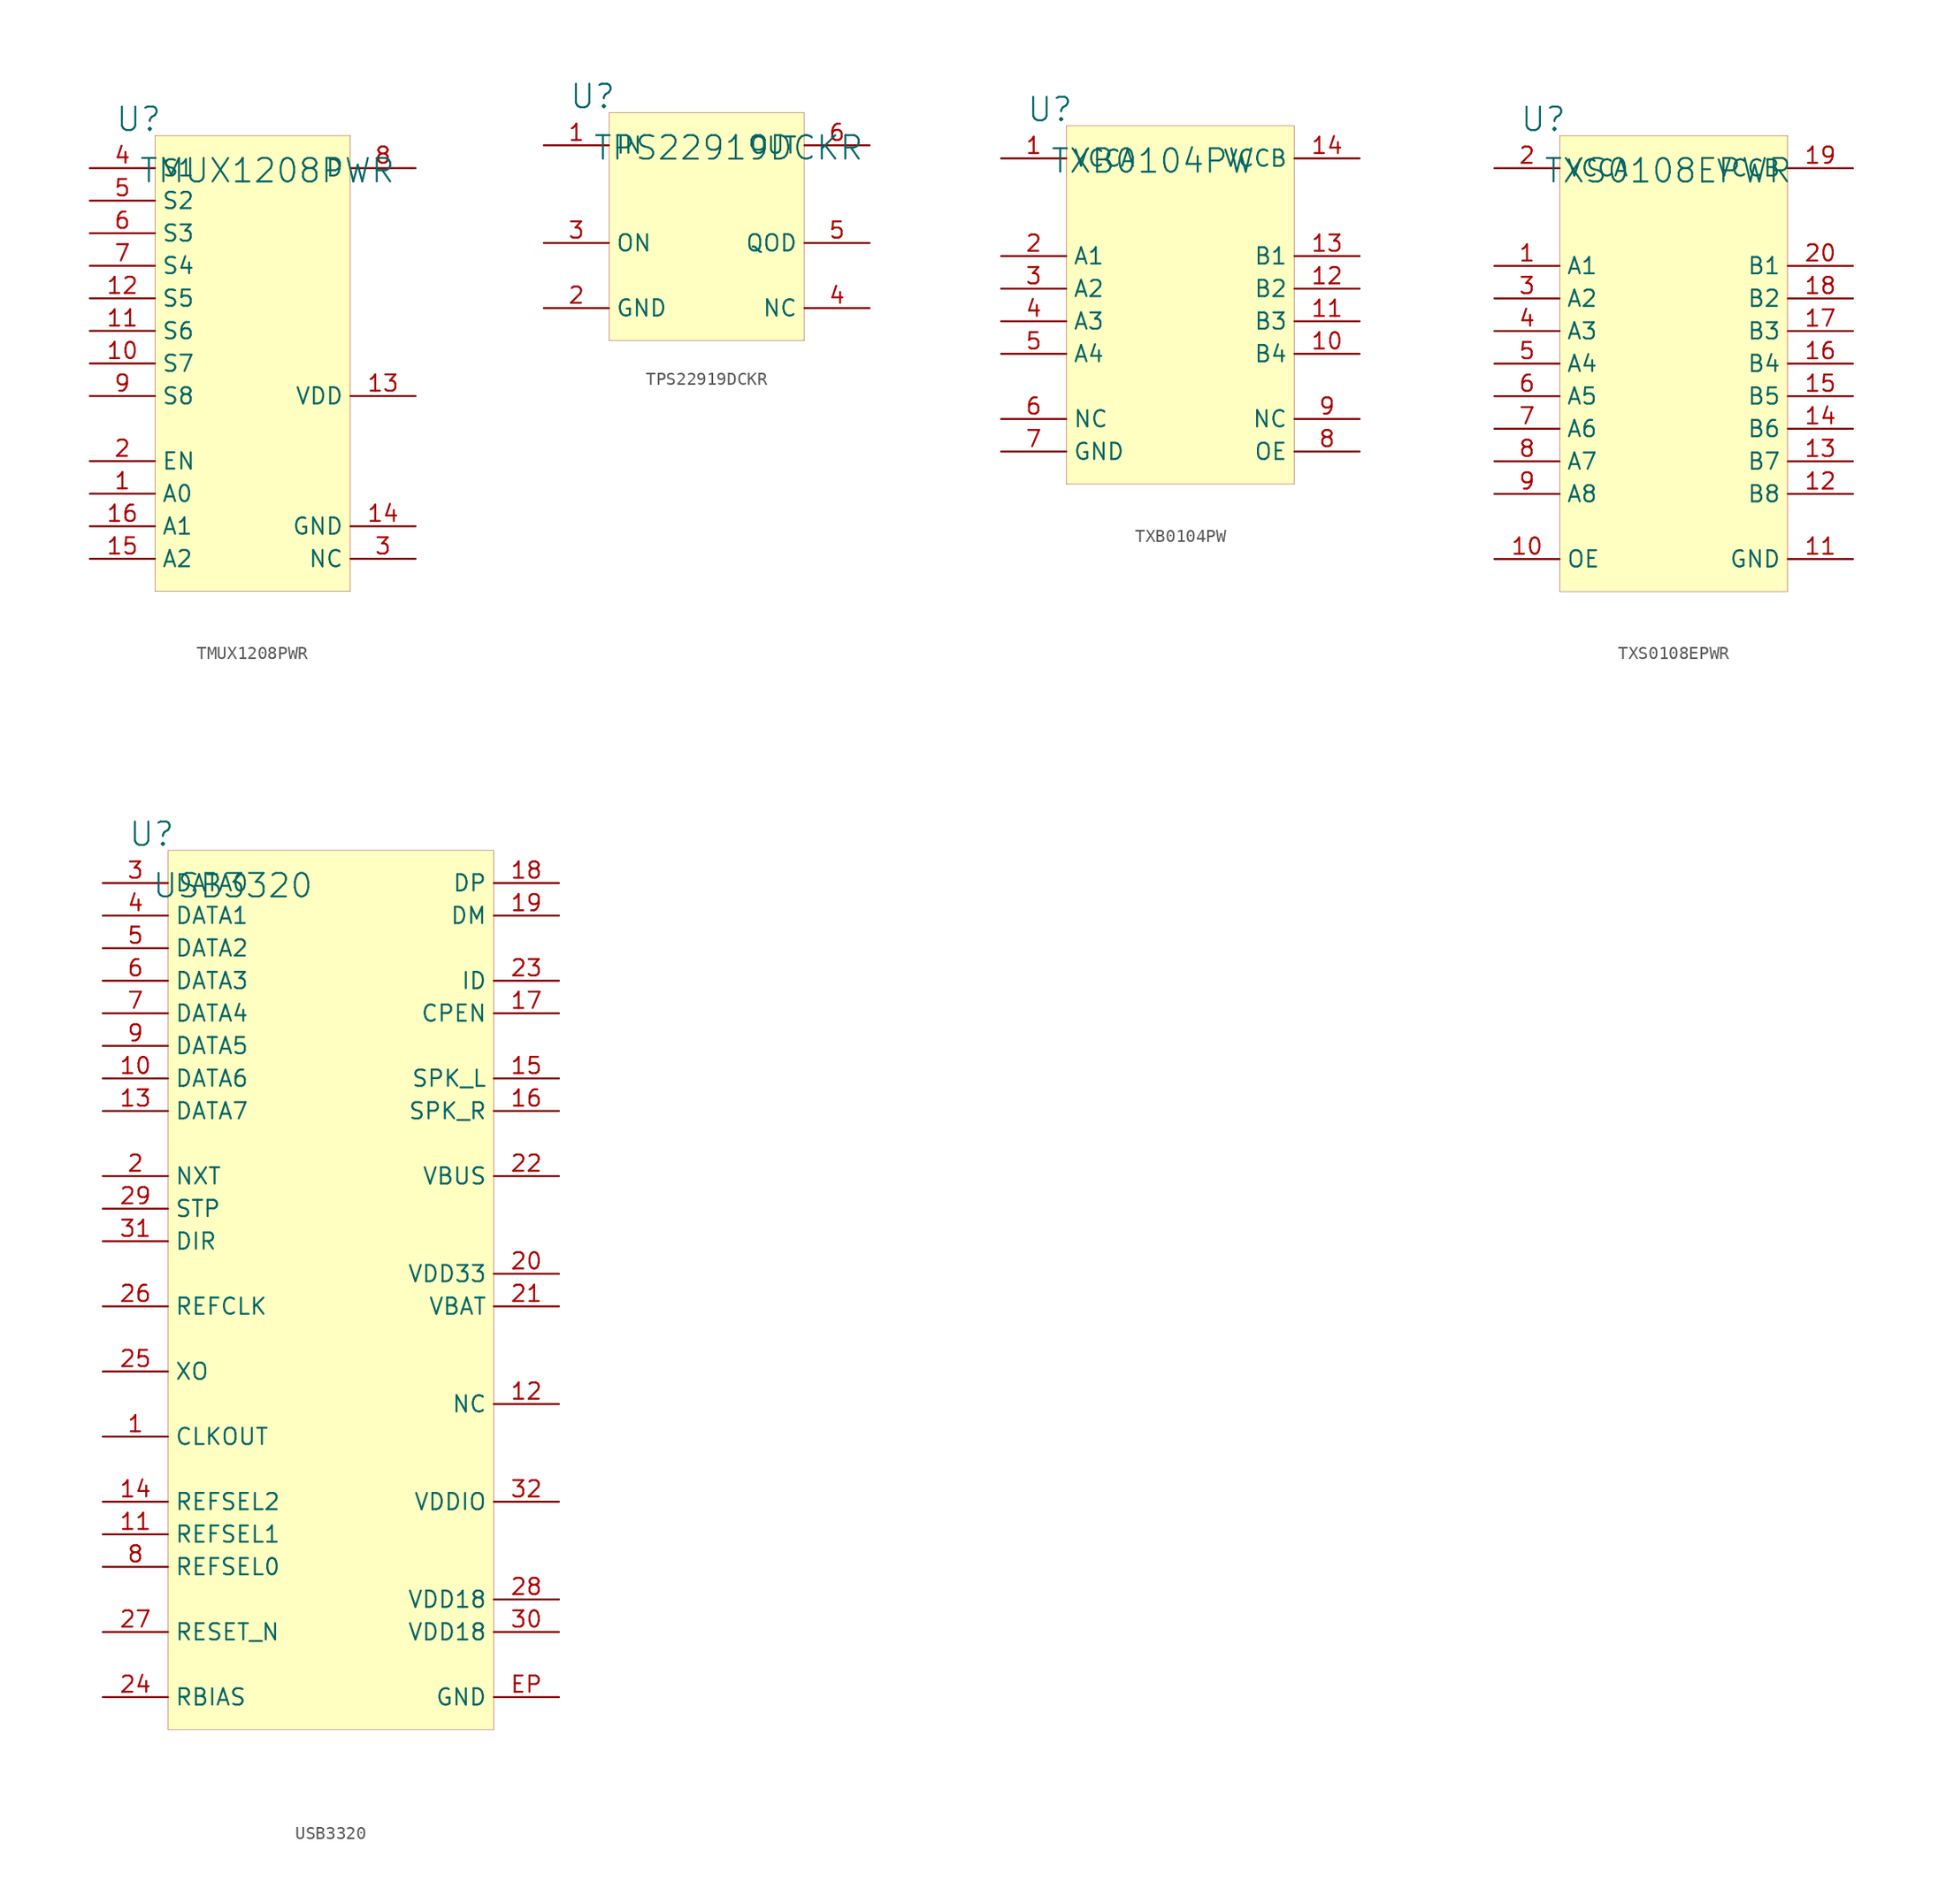
<source format=kicad_sym>
(kicad_symbol_lib
  (version 20231120)
  (generator "kicad_symbol_editor")
  (generator_version "8.0")
  (symbol "TMUX1208PWR"
    (property "Reference" "U"
      (at -1.27 1.27 0)
      (effects (font (size 1.829 1.829))))
    (property "Value" "TMUX1208PWR"
      (at -1.27 -3.81 0)
      (effects (font (size 1.829 1.829)) (justify left bottom)))
    (symbol "TMUX1208PWR_1_0"
      (rectangle (start 15.24 0) (end 0 -35.56) (stroke (width 0.025) (type solid) (color 128 0 0 1)) (fill (type background)))
      (pin passive line (at -5.08 -27.94 0) (length 5.08) (name "A0" (effects (font (size 1.27 1.27)))) (number "1" (effects (font (size 1.27 1.27)))))
      (pin passive line (at -5.08 -17.78 0) (length 5.08) (name "S7" (effects (font (size 1.27 1.27)))) (number "10" (effects (font (size 1.27 1.27)))))
      (pin passive line (at -5.08 -15.24 0) (length 5.08) (name "S6" (effects (font (size 1.27 1.27)))) (number "11" (effects (font (size 1.27 1.27)))))
      (pin passive line (at -5.08 -12.7 0) (length 5.08) (name "S5" (effects (font (size 1.27 1.27)))) (number "12" (effects (font (size 1.27 1.27)))))
      (pin passive line (at 20.32 -20.32 180) (length 5.08) (name "VDD" (effects (font (size 1.27 1.27)))) (number "13" (effects (font (size 1.27 1.27)))))
      (pin passive line (at 20.32 -30.48 180) (length 5.08) (name "GND" (effects (font (size 1.27 1.27)))) (number "14" (effects (font (size 1.27 1.27)))))
      (pin passive line (at -5.08 -33.02 0) (length 5.08) (name "A2" (effects (font (size 1.27 1.27)))) (number "15" (effects (font (size 1.27 1.27)))))
      (pin passive line (at -5.08 -30.48 0) (length 5.08) (name "A1" (effects (font (size 1.27 1.27)))) (number "16" (effects (font (size 1.27 1.27)))))
      (pin passive line (at -5.08 -25.4 0) (length 5.08) (name "EN" (effects (font (size 1.27 1.27)))) (number "2" (effects (font (size 1.27 1.27)))))
      (pin passive line (at 20.32 -33.02 180) (length 5.08) (name "NC" (effects (font (size 1.27 1.27)))) (number "3" (effects (font (size 1.27 1.27)))))
      (pin passive line (at -5.08 -2.54 0) (length 5.08) (name "S1" (effects (font (size 1.27 1.27)))) (number "4" (effects (font (size 1.27 1.27)))))
      (pin passive line (at -5.08 -5.08 0) (length 5.08) (name "S2" (effects (font (size 1.27 1.27)))) (number "5" (effects (font (size 1.27 1.27)))))
      (pin passive line (at -5.08 -7.62 0) (length 5.08) (name "S3" (effects (font (size 1.27 1.27)))) (number "6" (effects (font (size 1.27 1.27)))))
      (pin passive line (at -5.08 -10.16 0) (length 5.08) (name "S4" (effects (font (size 1.27 1.27)))) (number "7" (effects (font (size 1.27 1.27)))))
      (pin passive line (at 20.32 -2.54 180) (length 5.08) (name "D" (effects (font (size 1.27 1.27)))) (number "8" (effects (font (size 1.27 1.27)))))
      (pin passive line (at -5.08 -20.32 0) (length 5.08) (name "S8" (effects (font (size 1.27 1.27)))) (number "9" (effects (font (size 1.27 1.27)))))))
  (symbol "TPS22919DCKR"
    (property "Reference" "U"
      (at -1.27 1.27 0)
      (effects (font (size 1.829 1.829))))
    (property "Value" "TPS22919DCKR"
      (at -1.27 -3.81 0)
      (effects (font (size 1.829 1.829)) (justify left bottom)))
    (symbol "TPS22919DCKR_1_0"
      (rectangle (start 15.24 0) (end 0 -17.78) (stroke (width 0.025) (type solid) (color 128 0 0 1)) (fill (type background)))
      (pin passive line (at -5.08 -2.54 0) (length 5.08) (name "IN" (effects (font (size 1.27 1.27)))) (number "1" (effects (font (size 1.27 1.27)))))
      (pin passive line (at -5.08 -15.24 0) (length 5.08) (name "GND" (effects (font (size 1.27 1.27)))) (number "2" (effects (font (size 1.27 1.27)))))
      (pin passive line (at -5.08 -10.16 0) (length 5.08) (name "ON" (effects (font (size 1.27 1.27)))) (number "3" (effects (font (size 1.27 1.27)))))
      (pin passive line (at 20.32 -15.24 180) (length 5.08) (name "NC" (effects (font (size 1.27 1.27)))) (number "4" (effects (font (size 1.27 1.27)))))
      (pin passive line (at 20.32 -10.16 180) (length 5.08) (name "QOD" (effects (font (size 1.27 1.27)))) (number "5" (effects (font (size 1.27 1.27)))))
      (pin passive line (at 20.32 -2.54 180) (length 5.08) (name "OUT" (effects (font (size 1.27 1.27)))) (number "6" (effects (font (size 1.27 1.27)))))))
  (symbol "TXB0104PW"
    (property "Reference" "U"
      (at -1.27 1.27 0)
      (effects (font (size 1.829 1.829))))
    (property "Value" "TXB0104PW"
      (at -1.27 -3.81 0)
      (effects (font (size 1.829 1.829)) (justify left bottom)))
    (symbol "TXB0104PW_1_0"
      (rectangle (start 17.78 0) (end 0 -27.94) (stroke (width 0.025) (type solid) (color 128 0 0 1)) (fill (type background)))
      (pin passive line (at -5.08 -2.54 0) (length 5.08) (name "VCCA" (effects (font (size 1.27 1.27)))) (number "1" (effects (font (size 1.27 1.27)))))
      (pin passive line (at 22.86 -17.78 180) (length 5.08) (name "B4" (effects (font (size 1.27 1.27)))) (number "10" (effects (font (size 1.27 1.27)))))
      (pin passive line (at 22.86 -15.24 180) (length 5.08) (name "B3" (effects (font (size 1.27 1.27)))) (number "11" (effects (font (size 1.27 1.27)))))
      (pin passive line (at 22.86 -12.7 180) (length 5.08) (name "B2" (effects (font (size 1.27 1.27)))) (number "12" (effects (font (size 1.27 1.27)))))
      (pin passive line (at 22.86 -10.16 180) (length 5.08) (name "B1" (effects (font (size 1.27 1.27)))) (number "13" (effects (font (size 1.27 1.27)))))
      (pin passive line (at 22.86 -2.54 180) (length 5.08) (name "VCCB" (effects (font (size 1.27 1.27)))) (number "14" (effects (font (size 1.27 1.27)))))
      (pin passive line (at -5.08 -10.16 0) (length 5.08) (name "A1" (effects (font (size 1.27 1.27)))) (number "2" (effects (font (size 1.27 1.27)))))
      (pin passive line (at -5.08 -12.7 0) (length 5.08) (name "A2" (effects (font (size 1.27 1.27)))) (number "3" (effects (font (size 1.27 1.27)))))
      (pin passive line (at -5.08 -15.24 0) (length 5.08) (name "A3" (effects (font (size 1.27 1.27)))) (number "4" (effects (font (size 1.27 1.27)))))
      (pin passive line (at -5.08 -17.78 0) (length 5.08) (name "A4" (effects (font (size 1.27 1.27)))) (number "5" (effects (font (size 1.27 1.27)))))
      (pin passive line (at -5.08 -22.86 0) (length 5.08) (name "NC" (effects (font (size 1.27 1.27)))) (number "6" (effects (font (size 1.27 1.27)))))
      (pin passive line (at -5.08 -25.4 0) (length 5.08) (name "GND" (effects (font (size 1.27 1.27)))) (number "7" (effects (font (size 1.27 1.27)))))
      (pin passive line (at 22.86 -25.4 180) (length 5.08) (name "OE" (effects (font (size 1.27 1.27)))) (number "8" (effects (font (size 1.27 1.27)))))
      (pin passive line (at 22.86 -22.86 180) (length 5.08) (name "NC" (effects (font (size 1.27 1.27)))) (number "9" (effects (font (size 1.27 1.27)))))))
  (symbol "TXS0108EPWR"
    (property "Reference" "U"
      (at -1.27 1.27 0)
      (effects (font (size 1.829 1.829))))
    (property "Value" "TXS0108EPWR"
      (at -1.27 -3.81 0)
      (effects (font (size 1.829 1.829)) (justify left bottom)))
    (symbol "TXS0108EPWR_1_0"
      (rectangle (start 17.78 0) (end 0 -35.56) (stroke (width 0.025) (type solid) (color 128 0 0 1)) (fill (type background)))
      (pin passive line (at -5.08 -10.16 0) (length 5.08) (name "A1" (effects (font (size 1.27 1.27)))) (number "1" (effects (font (size 1.27 1.27)))))
      (pin passive line (at -5.08 -33.02 0) (length 5.08) (name "OE" (effects (font (size 1.27 1.27)))) (number "10" (effects (font (size 1.27 1.27)))))
      (pin passive line (at 22.86 -33.02 180) (length 5.08) (name "GND" (effects (font (size 1.27 1.27)))) (number "11" (effects (font (size 1.27 1.27)))))
      (pin passive line (at 22.86 -27.94 180) (length 5.08) (name "B8" (effects (font (size 1.27 1.27)))) (number "12" (effects (font (size 1.27 1.27)))))
      (pin passive line (at 22.86 -25.4 180) (length 5.08) (name "B7" (effects (font (size 1.27 1.27)))) (number "13" (effects (font (size 1.27 1.27)))))
      (pin passive line (at 22.86 -22.86 180) (length 5.08) (name "B6" (effects (font (size 1.27 1.27)))) (number "14" (effects (font (size 1.27 1.27)))))
      (pin passive line (at 22.86 -20.32 180) (length 5.08) (name "B5" (effects (font (size 1.27 1.27)))) (number "15" (effects (font (size 1.27 1.27)))))
      (pin passive line (at 22.86 -17.78 180) (length 5.08) (name "B4" (effects (font (size 1.27 1.27)))) (number "16" (effects (font (size 1.27 1.27)))))
      (pin passive line (at 22.86 -15.24 180) (length 5.08) (name "B3" (effects (font (size 1.27 1.27)))) (number "17" (effects (font (size 1.27 1.27)))))
      (pin passive line (at 22.86 -12.7 180) (length 5.08) (name "B2" (effects (font (size 1.27 1.27)))) (number "18" (effects (font (size 1.27 1.27)))))
      (pin passive line (at 22.86 -2.54 180) (length 5.08) (name "VCCB" (effects (font (size 1.27 1.27)))) (number "19" (effects (font (size 1.27 1.27)))))
      (pin passive line (at -5.08 -2.54 0) (length 5.08) (name "VCCA" (effects (font (size 1.27 1.27)))) (number "2" (effects (font (size 1.27 1.27)))))
      (pin passive line (at 22.86 -10.16 180) (length 5.08) (name "B1" (effects (font (size 1.27 1.27)))) (number "20" (effects (font (size 1.27 1.27)))))
      (pin passive line (at -5.08 -12.7 0) (length 5.08) (name "A2" (effects (font (size 1.27 1.27)))) (number "3" (effects (font (size 1.27 1.27)))))
      (pin passive line (at -5.08 -15.24 0) (length 5.08) (name "A3" (effects (font (size 1.27 1.27)))) (number "4" (effects (font (size 1.27 1.27)))))
      (pin passive line (at -5.08 -17.78 0) (length 5.08) (name "A4" (effects (font (size 1.27 1.27)))) (number "5" (effects (font (size 1.27 1.27)))))
      (pin passive line (at -5.08 -20.32 0) (length 5.08) (name "A5" (effects (font (size 1.27 1.27)))) (number "6" (effects (font (size 1.27 1.27)))))
      (pin passive line (at -5.08 -22.86 0) (length 5.08) (name "A6" (effects (font (size 1.27 1.27)))) (number "7" (effects (font (size 1.27 1.27)))))
      (pin passive line (at -5.08 -25.4 0) (length 5.08) (name "A7" (effects (font (size 1.27 1.27)))) (number "8" (effects (font (size 1.27 1.27)))))
      (pin passive line (at -5.08 -27.94 0) (length 5.08) (name "A8" (effects (font (size 1.27 1.27)))) (number "9" (effects (font (size 1.27 1.27)))))))
  (symbol "USB3320"
    (property "Reference" "U"
      (at -1.27 1.27 0)
      (effects (font (size 1.829 1.829))))
    (property "Value" "USB3320"
      (at -1.27 -3.81 0)
      (effects (font (size 1.829 1.829)) (justify left bottom)))
    (symbol "USB3320_1_0"
      (rectangle (start 25.4 0) (end 0 -68.58) (stroke (width 0.025) (type solid) (color 128 0 0 1)) (fill (type background)))
      (pin passive line (at -5.08 -45.72 0) (length 5.08) (name "CLKOUT" (effects (font (size 1.27 1.27)))) (number "1" (effects (font (size 1.27 1.27)))))
      (pin passive line (at -5.08 -17.78 0) (length 5.08) (name "DATA6" (effects (font (size 1.27 1.27)))) (number "10" (effects (font (size 1.27 1.27)))))
      (pin passive line (at -5.08 -53.34 0) (length 5.08) (name "REFSEL1" (effects (font (size 1.27 1.27)))) (number "11" (effects (font (size 1.27 1.27)))))
      (pin passive line (at 30.48 -43.18 180) (length 5.08) (name "NC" (effects (font (size 1.27 1.27)))) (number "12" (effects (font (size 1.27 1.27)))))
      (pin passive line (at -5.08 -20.32 0) (length 5.08) (name "DATA7" (effects (font (size 1.27 1.27)))) (number "13" (effects (font (size 1.27 1.27)))))
      (pin passive line (at -5.08 -50.8 0) (length 5.08) (name "REFSEL2" (effects (font (size 1.27 1.27)))) (number "14" (effects (font (size 1.27 1.27)))))
      (pin passive line (at 30.48 -17.78 180) (length 5.08) (name "SPK_L" (effects (font (size 1.27 1.27)))) (number "15" (effects (font (size 1.27 1.27)))))
      (pin passive line (at 30.48 -20.32 180) (length 5.08) (name "SPK_R" (effects (font (size 1.27 1.27)))) (number "16" (effects (font (size 1.27 1.27)))))
      (pin passive line (at 30.48 -12.7 180) (length 5.08) (name "CPEN" (effects (font (size 1.27 1.27)))) (number "17" (effects (font (size 1.27 1.27)))))
      (pin passive line (at 30.48 -2.54 180) (length 5.08) (name "DP" (effects (font (size 1.27 1.27)))) (number "18" (effects (font (size 1.27 1.27)))))
      (pin passive line (at 30.48 -5.08 180) (length 5.08) (name "DM" (effects (font (size 1.27 1.27)))) (number "19" (effects (font (size 1.27 1.27)))))
      (pin passive line (at -5.08 -25.4 0) (length 5.08) (name "NXT" (effects (font (size 1.27 1.27)))) (number "2" (effects (font (size 1.27 1.27)))))
      (pin passive line (at 30.48 -33.02 180) (length 5.08) (name "VDD33" (effects (font (size 1.27 1.27)))) (number "20" (effects (font (size 1.27 1.27)))))
      (pin passive line (at 30.48 -35.56 180) (length 5.08) (name "VBAT" (effects (font (size 1.27 1.27)))) (number "21" (effects (font (size 1.27 1.27)))))
      (pin passive line (at 30.48 -25.4 180) (length 5.08) (name "VBUS" (effects (font (size 1.27 1.27)))) (number "22" (effects (font (size 1.27 1.27)))))
      (pin passive line (at 30.48 -10.16 180) (length 5.08) (name "ID" (effects (font (size 1.27 1.27)))) (number "23" (effects (font (size 1.27 1.27)))))
      (pin passive line (at -5.08 -66.04 0) (length 5.08) (name "RBIAS" (effects (font (size 1.27 1.27)))) (number "24" (effects (font (size 1.27 1.27)))))
      (pin passive line (at -5.08 -40.64 0) (length 5.08) (name "XO" (effects (font (size 1.27 1.27)))) (number "25" (effects (font (size 1.27 1.27)))))
      (pin passive line (at -5.08 -35.56 0) (length 5.08) (name "REFCLK" (effects (font (size 1.27 1.27)))) (number "26" (effects (font (size 1.27 1.27)))))
      (pin passive line (at -5.08 -60.96 0) (length 5.08) (name "RESET_N" (effects (font (size 1.27 1.27)))) (number "27" (effects (font (size 1.27 1.27)))))
      (pin passive line (at 30.48 -58.42 180) (length 5.08) (name "VDD18" (effects (font (size 1.27 1.27)))) (number "28" (effects (font (size 1.27 1.27)))))
      (pin passive line (at -5.08 -27.94 0) (length 5.08) (name "STP" (effects (font (size 1.27 1.27)))) (number "29" (effects (font (size 1.27 1.27)))))
      (pin passive line (at -5.08 -2.54 0) (length 5.08) (name "DATA0" (effects (font (size 1.27 1.27)))) (number "3" (effects (font (size 1.27 1.27)))))
      (pin passive line (at 30.48 -60.96 180) (length 5.08) (name "VDD18" (effects (font (size 1.27 1.27)))) (number "30" (effects (font (size 1.27 1.27)))))
      (pin passive line (at -5.08 -30.48 0) (length 5.08) (name "DIR" (effects (font (size 1.27 1.27)))) (number "31" (effects (font (size 1.27 1.27)))))
      (pin passive line (at 30.48 -50.8 180) (length 5.08) (name "VDDIO" (effects (font (size 1.27 1.27)))) (number "32" (effects (font (size 1.27 1.27)))))
      (pin passive line (at -5.08 -5.08 0) (length 5.08) (name "DATA1" (effects (font (size 1.27 1.27)))) (number "4" (effects (font (size 1.27 1.27)))))
      (pin passive line (at -5.08 -7.62 0) (length 5.08) (name "DATA2" (effects (font (size 1.27 1.27)))) (number "5" (effects (font (size 1.27 1.27)))))
      (pin passive line (at -5.08 -10.16 0) (length 5.08) (name "DATA3" (effects (font (size 1.27 1.27)))) (number "6" (effects (font (size 1.27 1.27)))))
      (pin passive line (at -5.08 -12.7 0) (length 5.08) (name "DATA4" (effects (font (size 1.27 1.27)))) (number "7" (effects (font (size 1.27 1.27)))))
      (pin passive line (at -5.08 -55.88 0) (length 5.08) (name "REFSEL0" (effects (font (size 1.27 1.27)))) (number "8" (effects (font (size 1.27 1.27)))))
      (pin passive line (at -5.08 -15.24 0) (length 5.08) (name "DATA5" (effects (font (size 1.27 1.27)))) (number "9" (effects (font (size 1.27 1.27)))))
      (pin passive line (at 30.48 -66.04 180) (length 5.08) (name "GND" (effects (font (size 1.27 1.27)))) (number "EP" (effects (font (size 1.27 1.27))))))))
</source>
